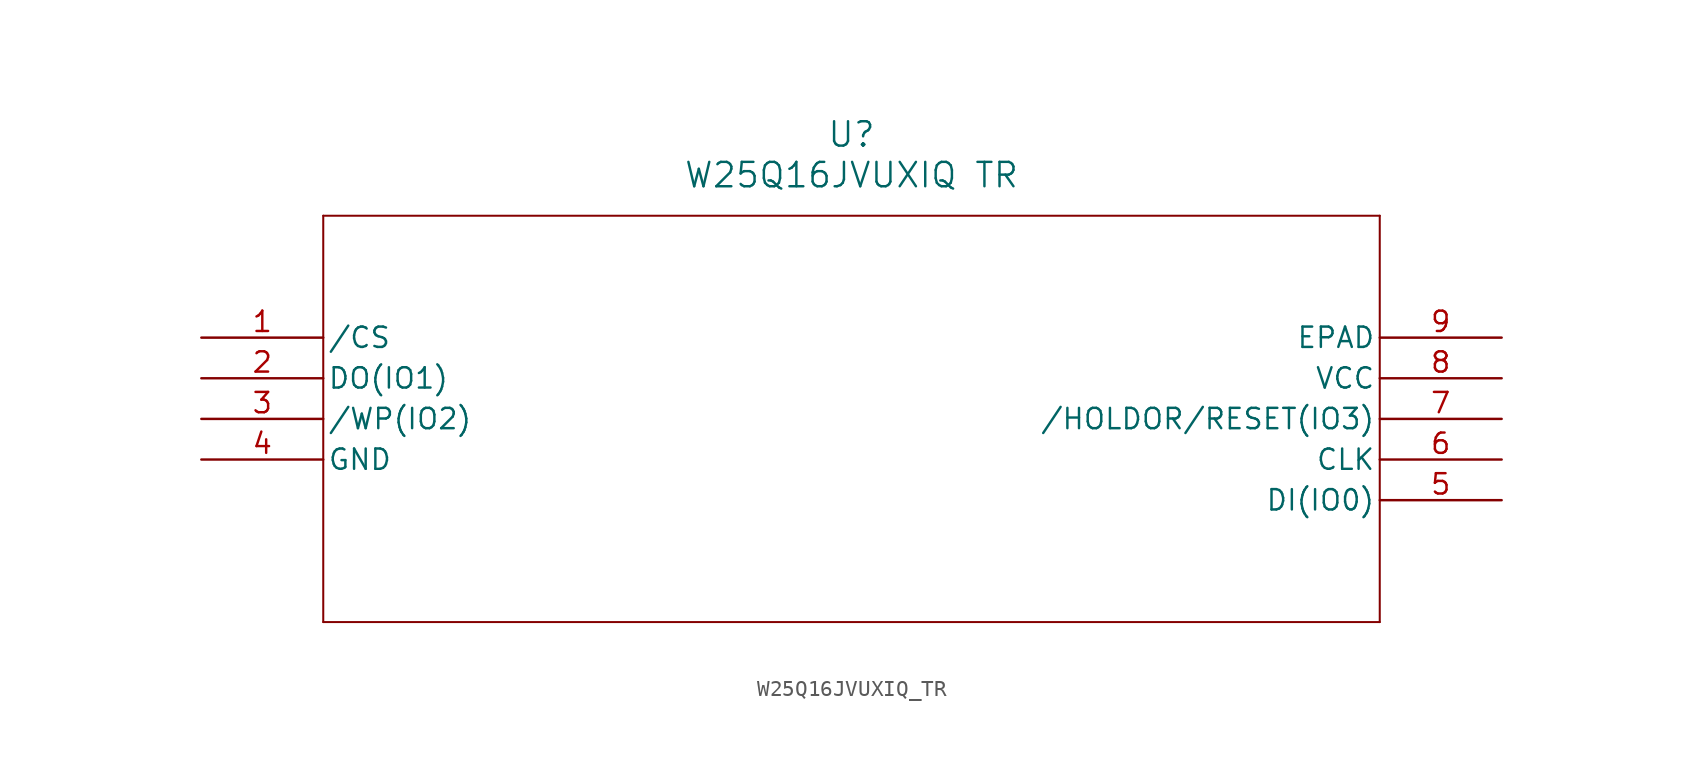
<source format=kicad_sym>
(kicad_symbol_lib
  (version 20211014)
  (generator kicad_symbol_editor)
  (symbol "W25Q16JVUXIQ_TR"
    (pin_names
      (offset 0.254))
    (property "Reference" "U"
      (at 40.64 12.7 0)
      (effects (font (size 1.524 1.524))))
    (property "Value" "W25Q16JVUXIQ TR"
      (at 40.64 10.16 0)
      (effects (font (size 1.524 1.524))))
    (symbol "W25Q16JVUXIQ_TR_0_1"
      (polyline (pts (xy 7.62 7.62) (xy 7.62 -17.78)) (stroke (width 0.127) (type default) (color 0 0 0 0)) (fill (type none)))
      (polyline (pts (xy 7.62 -17.78) (xy 73.66 -17.78)) (stroke (width 0.127) (type default) (color 0 0 0 0)) (fill (type none)))
      (polyline (pts (xy 73.66 -17.78) (xy 73.66 7.62)) (stroke (width 0.127) (type default) (color 0 0 0 0)) (fill (type none)))
      (polyline (pts (xy 73.66 7.62) (xy 7.62 7.62)) (stroke (width 0.127) (type default) (color 0 0 0 0)) (fill (type none)))
      (pin unspecified line (at 0 0 0) (length 7.62) (name "/CS" (effects (font (size 1.27 1.27)))) (number "1" (effects (font (size 1.27 1.27)))))
      (pin unspecified line (at 0 -2.54 0) (length 7.62) (name "DO(IO1)" (effects (font (size 1.27 1.27)))) (number "2" (effects (font (size 1.27 1.27)))))
      (pin unspecified line (at 0 -5.08 0) (length 7.62) (name "/WP(IO2)" (effects (font (size 1.27 1.27)))) (number "3" (effects (font (size 1.27 1.27)))))
      (pin unspecified line (at 0 -7.62 0) (length 7.62) (name "GND" (effects (font (size 1.27 1.27)))) (number "4" (effects (font (size 1.27 1.27)))))
      (pin unspecified line (at 81.28 -10.16 180) (length 7.62) (name "DI(IO0)" (effects (font (size 1.27 1.27)))) (number "5" (effects (font (size 1.27 1.27)))))
      (pin unspecified line (at 81.28 -7.62 180) (length 7.62) (name "CLK" (effects (font (size 1.27 1.27)))) (number "6" (effects (font (size 1.27 1.27)))))
      (pin unspecified line (at 81.28 -5.08 180) (length 7.62) (name "/HOLDOR/RESET(IO3)" (effects (font (size 1.27 1.27)))) (number "7" (effects (font (size 1.27 1.27)))))
      (pin unspecified line (at 81.28 -2.54 180) (length 7.62) (name "VCC" (effects (font (size 1.27 1.27)))) (number "8" (effects (font (size 1.27 1.27)))))
      (pin unspecified line (at 81.28 0 180) (length 7.62) (name "EPAD" (effects (font (size 1.27 1.27)))) (number "9" (effects (font (size 1.27 1.27))))))))
</source>
